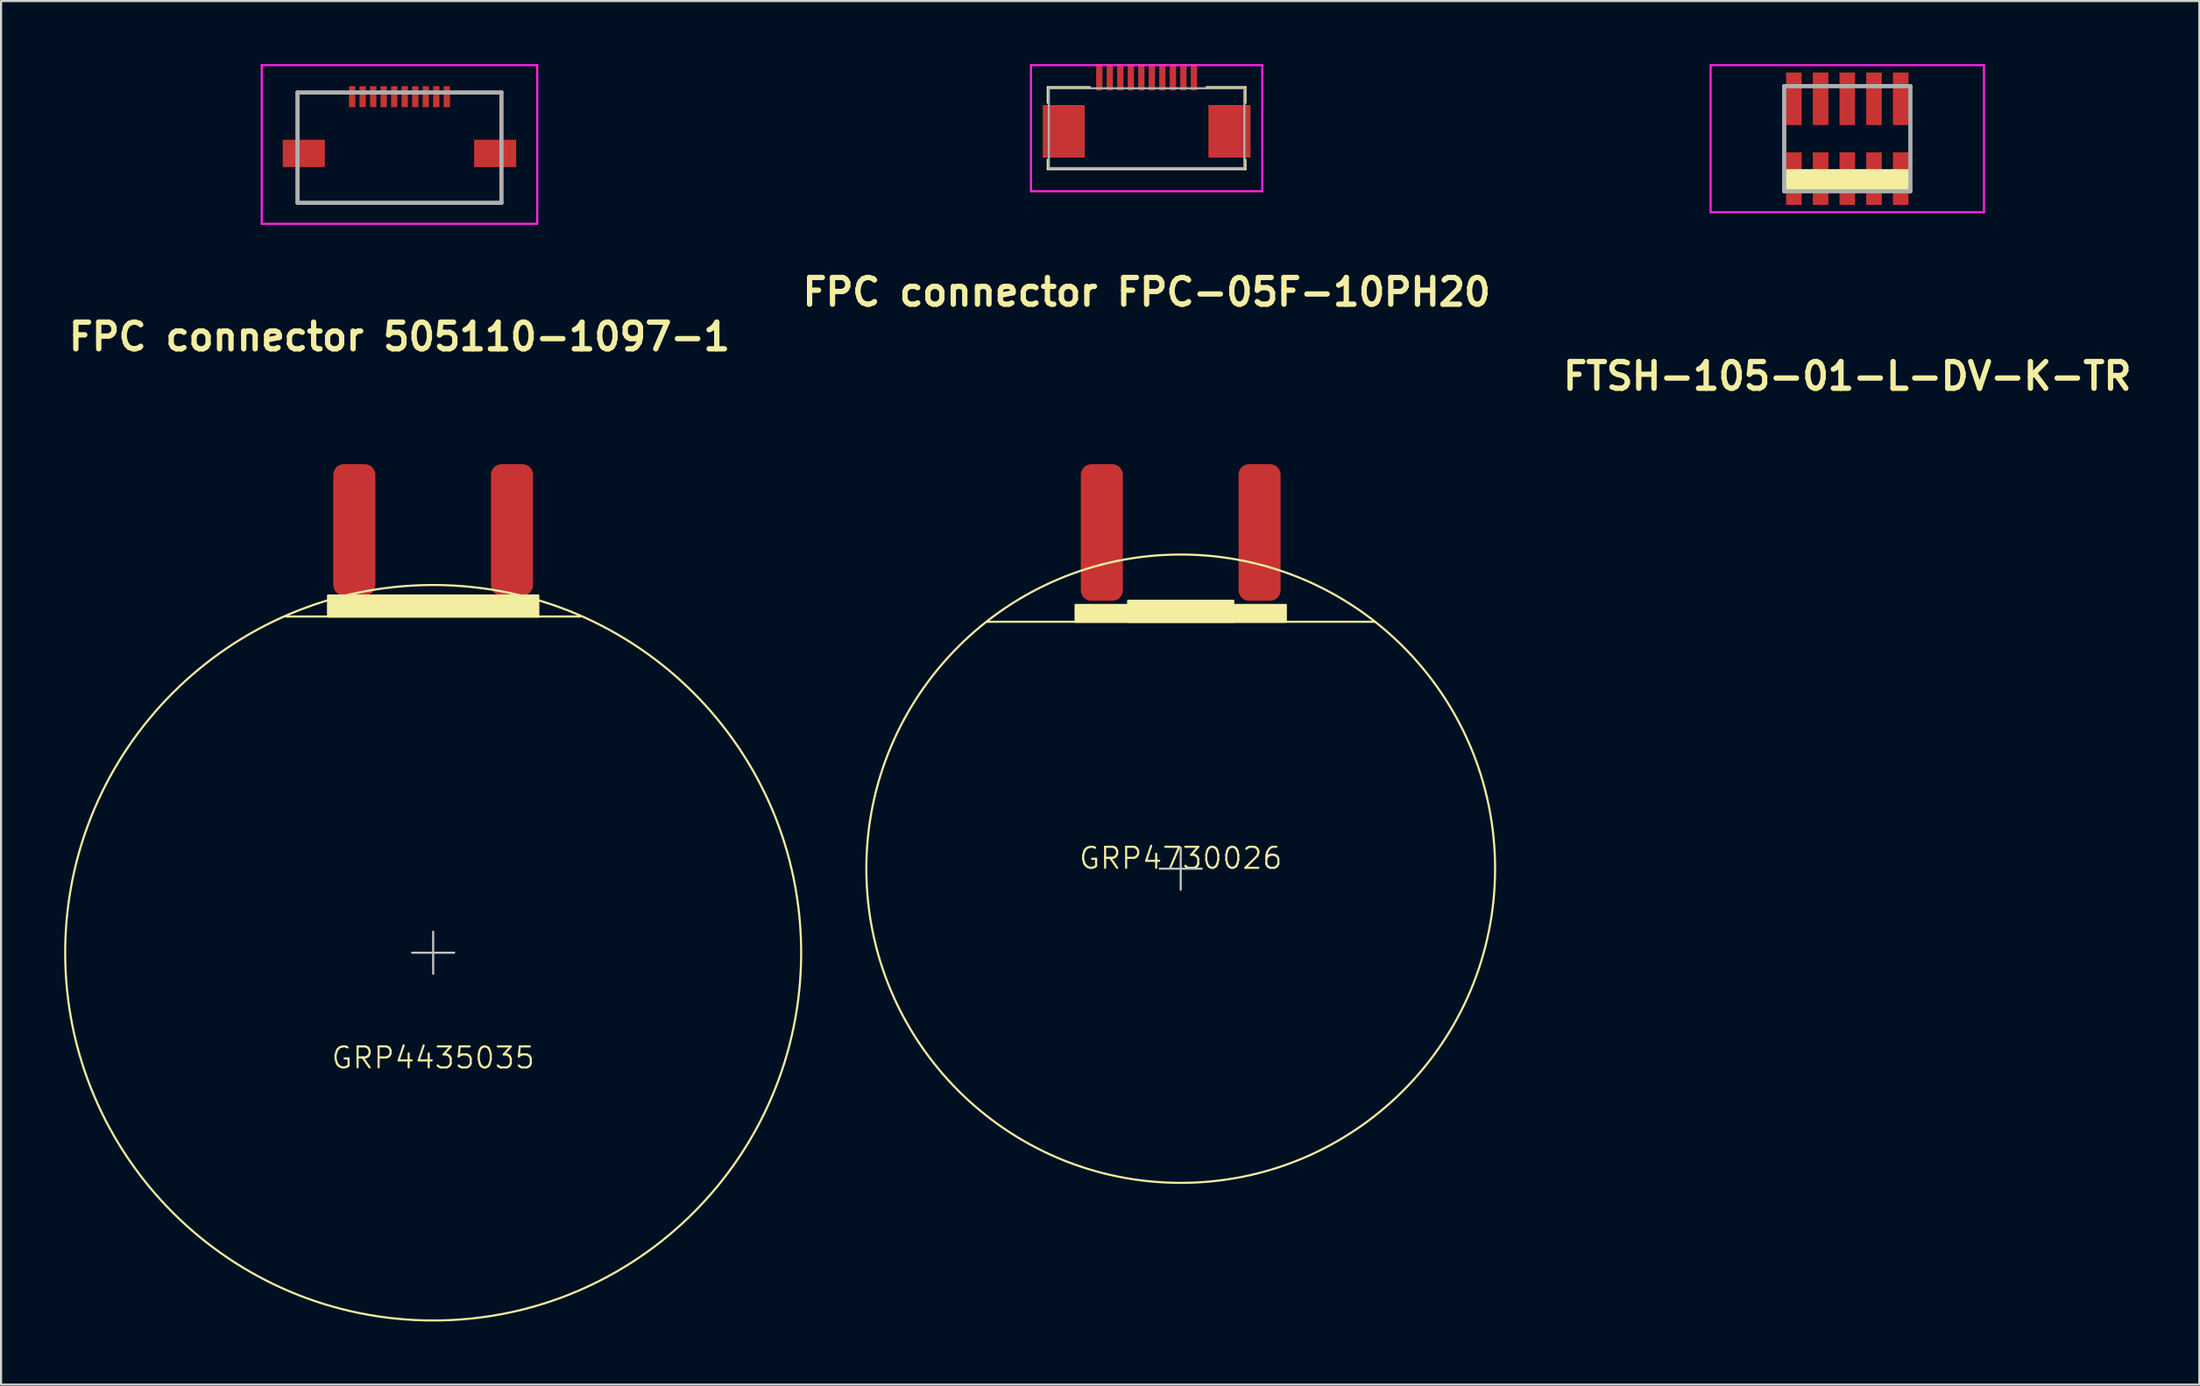
<source format=kicad_pcb>
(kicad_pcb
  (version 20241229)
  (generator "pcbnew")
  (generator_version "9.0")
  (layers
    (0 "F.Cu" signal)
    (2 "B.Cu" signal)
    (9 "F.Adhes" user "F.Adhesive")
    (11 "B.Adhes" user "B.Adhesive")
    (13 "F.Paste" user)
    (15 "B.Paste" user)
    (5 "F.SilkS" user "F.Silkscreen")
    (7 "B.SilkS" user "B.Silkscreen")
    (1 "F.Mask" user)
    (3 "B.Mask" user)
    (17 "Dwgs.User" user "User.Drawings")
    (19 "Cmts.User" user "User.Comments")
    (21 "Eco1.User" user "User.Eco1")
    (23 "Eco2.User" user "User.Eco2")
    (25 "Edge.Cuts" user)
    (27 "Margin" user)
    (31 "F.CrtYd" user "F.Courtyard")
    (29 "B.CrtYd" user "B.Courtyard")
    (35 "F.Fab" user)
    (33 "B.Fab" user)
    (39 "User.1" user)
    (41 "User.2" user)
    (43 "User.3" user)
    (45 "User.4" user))
  (footprint "FTSH-105-01-L-DV-K-TR"
    (layer "F.Cu")
    (at 84.8 3.55)
    (property "Reference" "FTSH-105-01-L-DV-K-TR" (at 0 11.3 0) (layer "F.SilkS") (effects (font (size 1.27 1.27) (thickness 0.254))))
    (attr smd)
    (fp_line (start -3 -2.5) (end -3 2.5) (stroke (width 0.1) (type solid)) (layer "F.SilkS"))
    (fp_line (start 3 -2.5) (end 3 2.5) (stroke (width 0.1) (type solid)) (layer "F.SilkS"))
    (fp_rect (start -3 1.5) (end 3 2.5) (stroke (width 0.1) (type default)) (fill yes) (layer "F.SilkS"))
    (fp_line (start -6.5 -3.5) (end 6.5 -3.5) (stroke (width 0.1) (type solid)) (layer "F.CrtYd"))
    (fp_line (start -6.5 3.5) (end -6.5 -3.5) (stroke (width 0.1) (type solid)) (layer "F.CrtYd"))
    (fp_line (start 6.5 -3.5) (end 6.5 3.5) (stroke (width 0.1) (type solid)) (layer "F.CrtYd"))
    (fp_line (start 6.5 3.5) (end -6.5 3.5) (stroke (width 0.1) (type solid)) (layer "F.CrtYd"))
    (fp_line (start -3 -2.5) (end 3 -2.5) (stroke (width 0.2) (type solid)) (layer "F.Fab"))
    (fp_line (start -3 2.5) (end -3 -2.5) (stroke (width 0.2) (type solid)) (layer "F.Fab"))
    (fp_line (start 3 -2.5) (end 3 2.5) (stroke (width 0.2) (type solid)) (layer "F.Fab"))
    (fp_line (start 3 2.5) (end -3 2.5) (stroke (width 0.2) (type solid)) (layer "F.Fab"))
    (pad "1" smd rect (at -2.54 1.9) (size 0.74 2.5) (layers "F.Cu" "F.Mask" "F.Paste"))
    (pad "2" smd rect (at -2.54 -1.9) (size 0.74 2.5) (layers "F.Cu" "F.Mask" "F.Paste"))
    (pad "3" smd rect (at -1.27 1.9) (size 0.74 2.5) (layers "F.Cu" "F.Mask" "F.Paste"))
    (pad "4" smd rect (at -1.27 -1.9) (size 0.74 2.5) (layers "F.Cu" "F.Mask" "F.Paste"))
    (pad "5" smd rect (at 0 1.9) (size 0.74 2.5) (layers "F.Cu" "F.Mask" "F.Paste"))
    (pad "6" smd rect (at 0 -1.9) (size 0.74 2.5) (layers "F.Cu" "F.Mask" "F.Paste"))
    (pad "7" smd rect (at 1.27 1.9) (size 0.74 2.5) (layers "F.Cu" "F.Mask" "F.Paste"))
    (pad "8" smd rect (at 1.27 -1.9) (size 0.74 2.5) (layers "F.Cu" "F.Mask" "F.Paste"))
    (pad "9" smd rect (at 2.54 1.9) (size 0.74 2.5) (layers "F.Cu" "F.Mask" "F.Paste"))
    (pad "10" smd rect (at 2.54 -1.9) (size 0.74 2.5) (layers "F.Cu" "F.Mask" "F.Paste")))
  (footprint "GRP4435035"
    (layer "F.Cu")
    (at 17.55 42.289)
    (property "Reference" "GRP4435035" (at 0 5 0) (unlocked yes) (layer "F.SilkS") (effects (font (size 1 1) (thickness 0.1))))
    (attr smd)
    (fp_line (start 7 -16) (end -7 -16) (stroke (width 0.1) (type default)) (layer "F.SilkS"))
    (fp_rect (start -5 -17) (end 5 -16) (stroke (width 0.1) (type solid)) (fill yes) (layer "F.SilkS"))
    (fp_circle (center 0 0) (end 17.5 0) (stroke (width 0.1) (type default)) (fill no) (layer "F.SilkS"))
    (fp_line (start 0 1) (end 0 -1) (stroke (width 0.1) (type default)) (layer "Dwgs.User"))
    (fp_line (start 1 0) (end -1 0) (stroke (width 0.1) (type default)) (layer "Dwgs.User"))
    (pad "+" smd roundrect (at -3.75 -20.125) (size 2 6.25) (layers "F.Cu" "F.Mask" "F.Paste") (roundrect_rratio 0.25))
    (pad "-" smd roundrect (at 3.75 -20.125) (size 2 6.25) (layers "F.Cu" "F.Mask" "F.Paste") (roundrect_rratio 0.25)))
  (footprint "FPC connector FPC-05F-10PH20"
    (layer "F.Cu")
    (at 51.478 1.85)
    (property "Reference" "FPC connector FPC-05F-10PH20" (at 0 9 0) (layer "F.SilkS") (effects (font (size 1.27 1.27) (thickness 0.254))))
    (attr smd)
    (fp_line (start -4.7 -0.75) (end -4.7 0) (stroke (width 0.1) (type solid)) (layer "F.SilkS"))
    (fp_line (start -4.7 2.7) (end -4.7 3.15) (stroke (width 0.1) (type solid)) (layer "F.SilkS"))
    (fp_line (start -4.7 3.15) (end 4.7 3.15) (stroke (width 0.1) (type solid)) (layer "F.SilkS"))
    (fp_line (start -2.7 -0.75) (end -4.7 -0.75) (stroke (width 0.1) (type solid)) (layer "F.SilkS"))
    (fp_line (start 2.85 -0.75) (end 4.7 -0.75) (stroke (width 0.1) (type solid)) (layer "F.SilkS"))
    (fp_line (start 4.7 -0.75) (end 4.7 0) (stroke (width 0.1) (type solid)) (layer "F.SilkS"))
    (fp_line (start 4.7 2.7) (end 4.7 3.15) (stroke (width 0.1) (type solid)) (layer "F.SilkS"))
    (fp_line (start -5.5 -1.8) (end 5.5 -1.8) (stroke (width 0.1) (type solid)) (layer "F.CrtYd"))
    (fp_line (start -5.5 4.2) (end -5.5 -1.8) (stroke (width 0.1) (type solid)) (layer "F.CrtYd"))
    (fp_line (start 5.5 -1.8) (end 5.5 4.2) (stroke (width 0.1) (type solid)) (layer "F.CrtYd"))
    (fp_line (start 5.5 4.2) (end -5.5 4.2) (stroke (width 0.1) (type solid)) (layer "F.CrtYd"))
    (fp_line (start -4.65 -0.7) (end 4.65 -0.7) (stroke (width 0.1) (type solid)) (layer "F.Fab"))
    (fp_line (start -4.65 3.1) (end -4.65 -0.7) (stroke (width 0.1) (type solid)) (layer "F.Fab"))
    (fp_line (start 4.65 -0.7) (end 4.65 3.1) (stroke (width 0.1) (type solid)) (layer "F.Fab"))
    (fp_line (start 4.65 3.1) (end -4.65 3.1) (stroke (width 0.1) (type solid)) (layer "F.Fab"))
    (pad "1" smd rect (at -2.25 -1.225) (size 0.3 1.25) (layers "F.Cu" "F.Mask" "F.Paste"))
    (pad "2" smd rect (at -1.75 -1.225) (size 0.3 1.25) (layers "F.Cu" "F.Mask" "F.Paste"))
    (pad "3" smd rect (at -1.25 -1.225) (size 0.3 1.25) (layers "F.Cu" "F.Mask" "F.Paste"))
    (pad "4" smd rect (at -0.75 -1.225) (size 0.3 1.25) (layers "F.Cu" "F.Mask" "F.Paste"))
    (pad "5" smd rect (at -0.25 -1.225) (size 0.3 1.25) (layers "F.Cu" "F.Mask" "F.Paste"))
    (pad "6" smd rect (at 0.25 -1.225) (size 0.3 1.25) (layers "F.Cu" "F.Mask" "F.Paste"))
    (pad "7" smd rect (at 0.75 -1.225) (size 0.3 1.25) (layers "F.Cu" "F.Mask" "F.Paste"))
    (pad "8" smd rect (at 1.25 -1.225) (size 0.3 1.25) (layers "F.Cu" "F.Mask" "F.Paste"))
    (pad "9" smd rect (at 1.75 -1.225) (size 0.3 1.25) (layers "F.Cu" "F.Mask" "F.Paste"))
    (pad "10" smd rect (at 2.25 -1.225) (size 0.3 1.25) (layers "F.Cu" "F.Mask" "F.Paste"))
    (pad "S1" smd rect (at -3.94 1.35) (size 2 2.5) (layers "F.Cu" "F.Mask" "F.Paste"))
    (pad "S2" smd rect (at 3.94 1.35) (size 2 2.5) (layers "F.Cu" "F.Mask" "F.Paste")))
  (footprint "GRP4730026"
    (layer "F.Cu")
    (at 53.1 38.289)
    (property "Reference" "GRP4730026" (at 0 -0.5 0) (unlocked yes) (layer "F.SilkS") (effects (font (size 1 1) (thickness 0.1))))
    (attr smd)
    (fp_line (start 9.2 -11.75) (end -9.2 -11.75) (stroke (width 0.1) (type default)) (layer "F.SilkS"))
    (fp_rect (start -5 -12.55) (end 5 -11.75) (stroke (width 0.1) (type solid)) (fill yes) (layer "F.SilkS"))
    (fp_rect (start -2.5 -12.75) (end 2.5 -11.75) (stroke (width 0.1) (type solid)) (fill yes) (layer "F.SilkS"))
    (fp_circle (center 0 0) (end 14.95 0) (stroke (width 0.1) (type default)) (fill no) (layer "F.SilkS"))
    (fp_line (start 0 1) (end 0 -1) (stroke (width 0.1) (type default)) (layer "Dwgs.User"))
    (fp_line (start 1 0) (end -1 0) (stroke (width 0.1) (type default)) (layer "Dwgs.User"))
    (pad "1" smd roundrect (at -3.75 -16) (size 2 6.5) (layers "F.Cu" "F.Mask" "F.Paste") (roundrect_rratio 0.25))
    (pad "2" smd roundrect (at 3.75 -16) (size 2 6.5) (layers "F.Cu" "F.Mask" "F.Paste") (roundrect_rratio 0.25)))
  (footprint "FPC connector 505110-1097-1"
    (layer "F.Cu")
    (at 15.948 3.975)
    (property "Reference" "FPC connector 505110-1097-1" (at 0 9 0) (layer "F.SilkS") (effects (font (size 1.27 1.27) (thickness 0.254))))
    (attr smd)
    (fp_line (start -4.85 -2.625) (end -4.85 -0.6) (stroke (width 0.1) (type solid)) (layer "F.SilkS"))
    (fp_line (start -4.85 1.2) (end -4.85 2.625) (stroke (width 0.1) (type solid)) (layer "F.SilkS"))
    (fp_line (start -4.85 2.625) (end 4.8 2.625) (stroke (width 0.1) (type solid)) (layer "F.SilkS"))
    (fp_line (start -2.7 -2.625) (end -4.85 -2.625) (stroke (width 0.1) (type solid)) (layer "F.SilkS"))
    (fp_line (start 2.7 -2.625) (end 4.85 -2.625) (stroke (width 0.1) (type solid)) (layer "F.SilkS"))
    (fp_line (start 4.85 -2.625) (end 4.85 -0.6) (stroke (width 0.1) (type solid)) (layer "F.SilkS"))
    (fp_line (start 4.85 1.2) (end 4.85 2.625) (stroke (width 0.1) (type solid)) (layer "F.SilkS"))
    (fp_line (start 4.85 2.625) (end 4.8 2.625) (stroke (width 0.1) (type solid)) (layer "F.SilkS"))
    (fp_line (start -6.55 -3.925) (end 6.55 -3.925) (stroke (width 0.1) (type solid)) (layer "F.CrtYd"))
    (fp_line (start -6.55 3.625) (end -6.55 -3.925) (stroke (width 0.1) (type solid)) (layer "F.CrtYd"))
    (fp_line (start 6.55 -3.925) (end 6.55 3.625) (stroke (width 0.1) (type solid)) (layer "F.CrtYd"))
    (fp_line (start 6.55 3.625) (end -6.55 3.625) (stroke (width 0.1) (type solid)) (layer "F.CrtYd"))
    (fp_line (start -4.85 -2.625) (end 4.85 -2.625) (stroke (width 0.2) (type solid)) (layer "F.Fab"))
    (fp_line (start -4.85 2.625) (end -4.85 -2.625) (stroke (width 0.2) (type solid)) (layer "F.Fab"))
    (fp_line (start 4.85 -2.625) (end 4.85 2.625) (stroke (width 0.2) (type solid)) (layer "F.Fab"))
    (fp_line (start 4.85 2.625) (end -4.85 2.625) (stroke (width 0.2) (type solid)) (layer "F.Fab"))
    (pad "1" smd rect (at -2.25 -2.425) (size 0.3 1) (layers "F.Cu" "F.Mask" "F.Paste"))
    (pad "2" smd rect (at -1.75 -2.425) (size 0.3 1) (layers "F.Cu" "F.Mask" "F.Paste"))
    (pad "3" smd rect (at -1.25 -2.425) (size 0.3 1) (layers "F.Cu" "F.Mask" "F.Paste"))
    (pad "4" smd rect (at -0.75 -2.425) (size 0.3 1) (layers "F.Cu" "F.Mask" "F.Paste"))
    (pad "5" smd rect (at -0.25 -2.425) (size 0.3 1) (layers "F.Cu" "F.Mask" "F.Paste"))
    (pad "6" smd rect (at 0.25 -2.425) (size 0.3 1) (layers "F.Cu" "F.Mask" "F.Paste"))
    (pad "7" smd rect (at 0.75 -2.425) (size 0.3 1) (layers "F.Cu" "F.Mask" "F.Paste"))
    (pad "8" smd rect (at 1.25 -2.425) (size 0.3 1) (layers "F.Cu" "F.Mask" "F.Paste"))
    (pad "9" smd rect (at 1.75 -2.425) (size 0.3 1) (layers "F.Cu" "F.Mask" "F.Paste"))
    (pad "10" smd rect (at 2.25 -2.425) (size 0.3 1) (layers "F.Cu" "F.Mask" "F.Paste"))
    (pad "MP1" smd rect (at -4.55 0.275 90) (size 1.3 2) (layers "F.Cu" "F.Mask" "F.Paste"))
    (pad "MP2" smd rect (at 4.55 0.275 90) (size 1.3 2) (layers "F.Cu" "F.Mask" "F.Paste")))
  (gr_rect
    (start -3 -3)
    (end 101.541 62.839)
    (stroke (width 0.1) (type default))
    (fill no)
    (layer "Edge.Cuts")))
</source>
